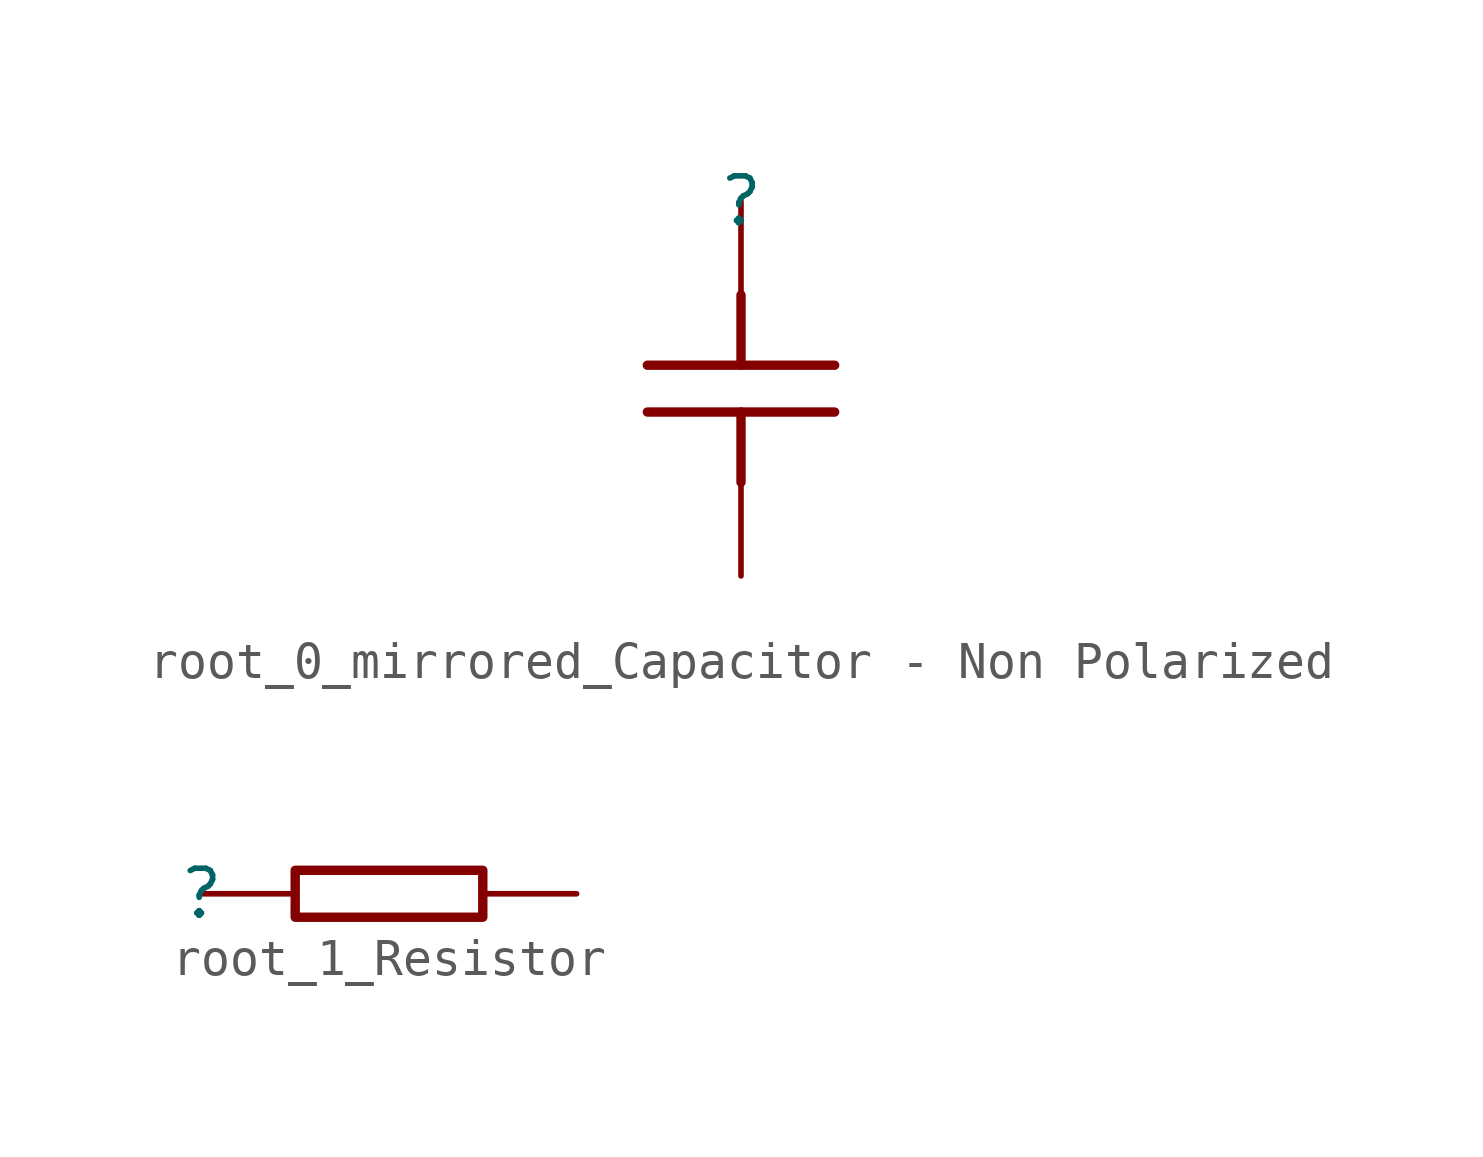
<source format=kicad_sym>
(kicad_symbol_lib
  (version 20231120)
  (generator "kicad_symbol_editor")
  (generator_version "8.0")
  (symbol "root_0_mirrored_Capacitor - Non Polarized"
    (property "Reference" ""
      (at 0 0 0)
      (effects (font (size 1.27 1.27))))
    (property "Value" ""
      (at 0 0 0)
      (effects (font (size 1.27 1.27))))
    (symbol "root_0_mirrored_Capacitor - Non Polarized_1_0"
      (polyline (pts (xy -2.54 -5.715) (xy 2.54 -5.715)) (stroke (width 0.254) (type solid)) (fill (type none)))
      (polyline (pts (xy 0 -7.62) (xy 0 -5.715)) (stroke (width 0.254) (type solid)) (fill (type none)))
      (polyline (pts (xy 0 -2.54) (xy 0 -4.445)) (stroke (width 0.254) (type solid)) (fill (type none)))
      (polyline (pts (xy 2.54 -4.445) (xy -2.54 -4.445)) (stroke (width 0.254) (type solid)) (fill (type none)))
      (pin passive line (at 0 0 270) (length 2.54) (name "" (effects (font (size 1.27 1.27)))) (number "1" (effects (font (size 0 0)))))
      (pin passive line (at 0 -10.16 90) (length 2.54) (name "" (effects (font (size 0 0)))) (number "2" (effects (font (size 0 0)))))))
  (symbol "root_1_Resistor"
    (property "Reference" ""
      (at 0 0 0)
      (effects (font (size 1.27 1.27))))
    (property "Value" ""
      (at 0 0 0)
      (effects (font (size 1.27 1.27))))
    (symbol "root_1_Resistor_1_0"
      (polyline (pts (xy 2.54 -0.635) (xy 2.54 0.635) (xy 7.62 0.635) (xy 7.62 -0.635) (xy 2.54 -0.635)) (stroke (width 0.254) (type solid)) (fill (type none)))
      (pin passive line (at 0 0 0) (length 2.54) (name "" (effects (font (size 1.27 1.27)))) (number "1" (effects (font (size 0 0)))))
      (pin passive line (at 10.16 0 180) (length 2.54) (name "" (effects (font (size 0 0)))) (number "2" (effects (font (size 0 0))))))))
</source>
